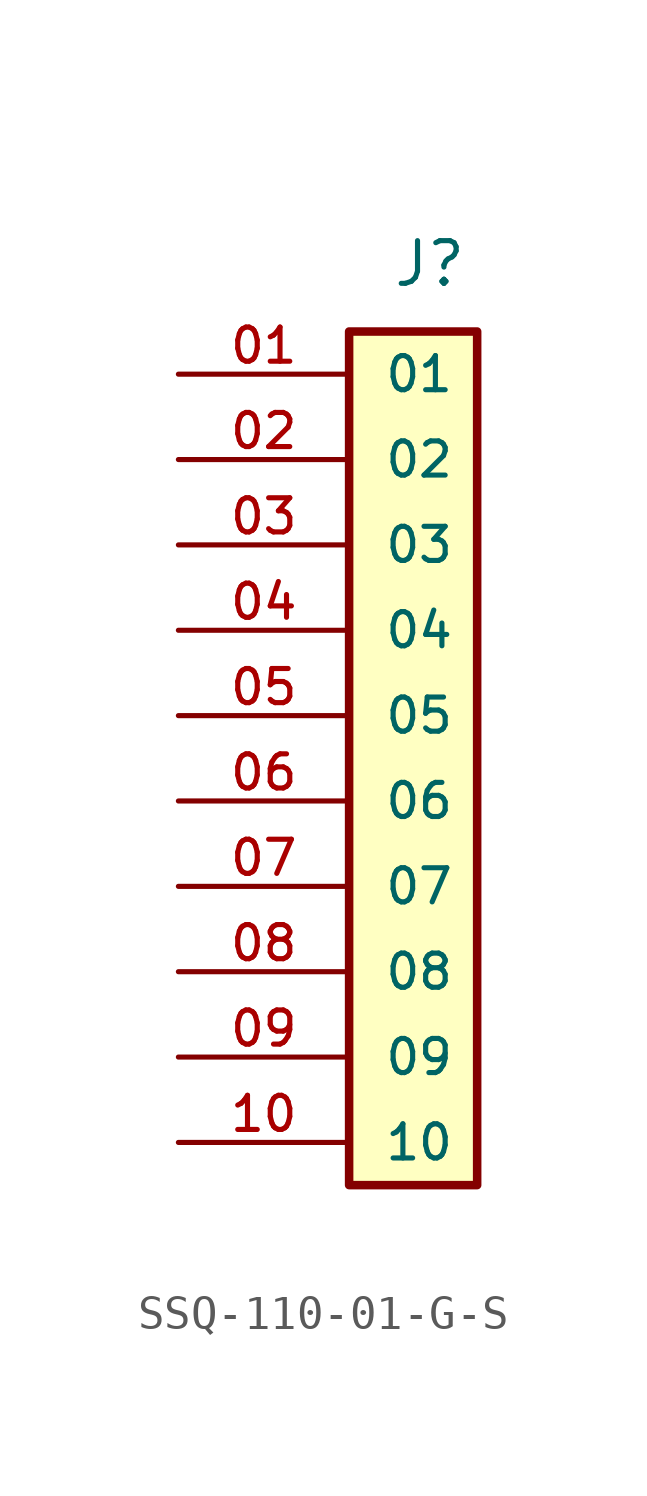
<source format=kicad_sym>
(kicad_symbol_lib
  (version 20220914)
  (generator kicad_symbol_editor)
  (symbol "SSQ-110-01-G-S"
    (pin_names
      (offset 1.016))
    (property "Reference" "J"
      (at 1.27 15.24 0)
      (effects (font (size 1.27 1.27)) (justify left bottom)))
    (symbol "SSQ-110-01-G-S_0_0"
      (rectangle (start 0 13.97) (end 3.81 -11.43) (stroke (width 0.254) (type default)) (fill (type background)))
      (pin passive line (at -5.08 12.7 0) (length 5.08) (name "01" (effects (font (size 1.016 1.016)))) (number "01" (effects (font (size 1.016 1.016)))))
      (pin passive line (at -5.08 10.16 0) (length 5.08) (name "02" (effects (font (size 1.016 1.016)))) (number "02" (effects (font (size 1.016 1.016)))))
      (pin passive line (at -5.08 7.62 0) (length 5.08) (name "03" (effects (font (size 1.016 1.016)))) (number "03" (effects (font (size 1.016 1.016)))))
      (pin passive line (at -5.08 5.08 0) (length 5.08) (name "04" (effects (font (size 1.016 1.016)))) (number "04" (effects (font (size 1.016 1.016)))))
      (pin passive line (at -5.08 2.54 0) (length 5.08) (name "05" (effects (font (size 1.016 1.016)))) (number "05" (effects (font (size 1.016 1.016)))))
      (pin passive line (at -5.08 0 0) (length 5.08) (name "06" (effects (font (size 1.016 1.016)))) (number "06" (effects (font (size 1.016 1.016)))))
      (pin passive line (at -5.08 -2.54 0) (length 5.08) (name "07" (effects (font (size 1.016 1.016)))) (number "07" (effects (font (size 1.016 1.016)))))
      (pin passive line (at -5.08 -5.08 0) (length 5.08) (name "08" (effects (font (size 1.016 1.016)))) (number "08" (effects (font (size 1.016 1.016)))))
      (pin passive line (at -5.08 -7.62 0) (length 5.08) (name "09" (effects (font (size 1.016 1.016)))) (number "09" (effects (font (size 1.016 1.016)))))
      (pin passive line (at -5.08 -10.16 0) (length 5.08) (name "10" (effects (font (size 1.016 1.016)))) (number "10" (effects (font (size 1.016 1.016))))))))
</source>
